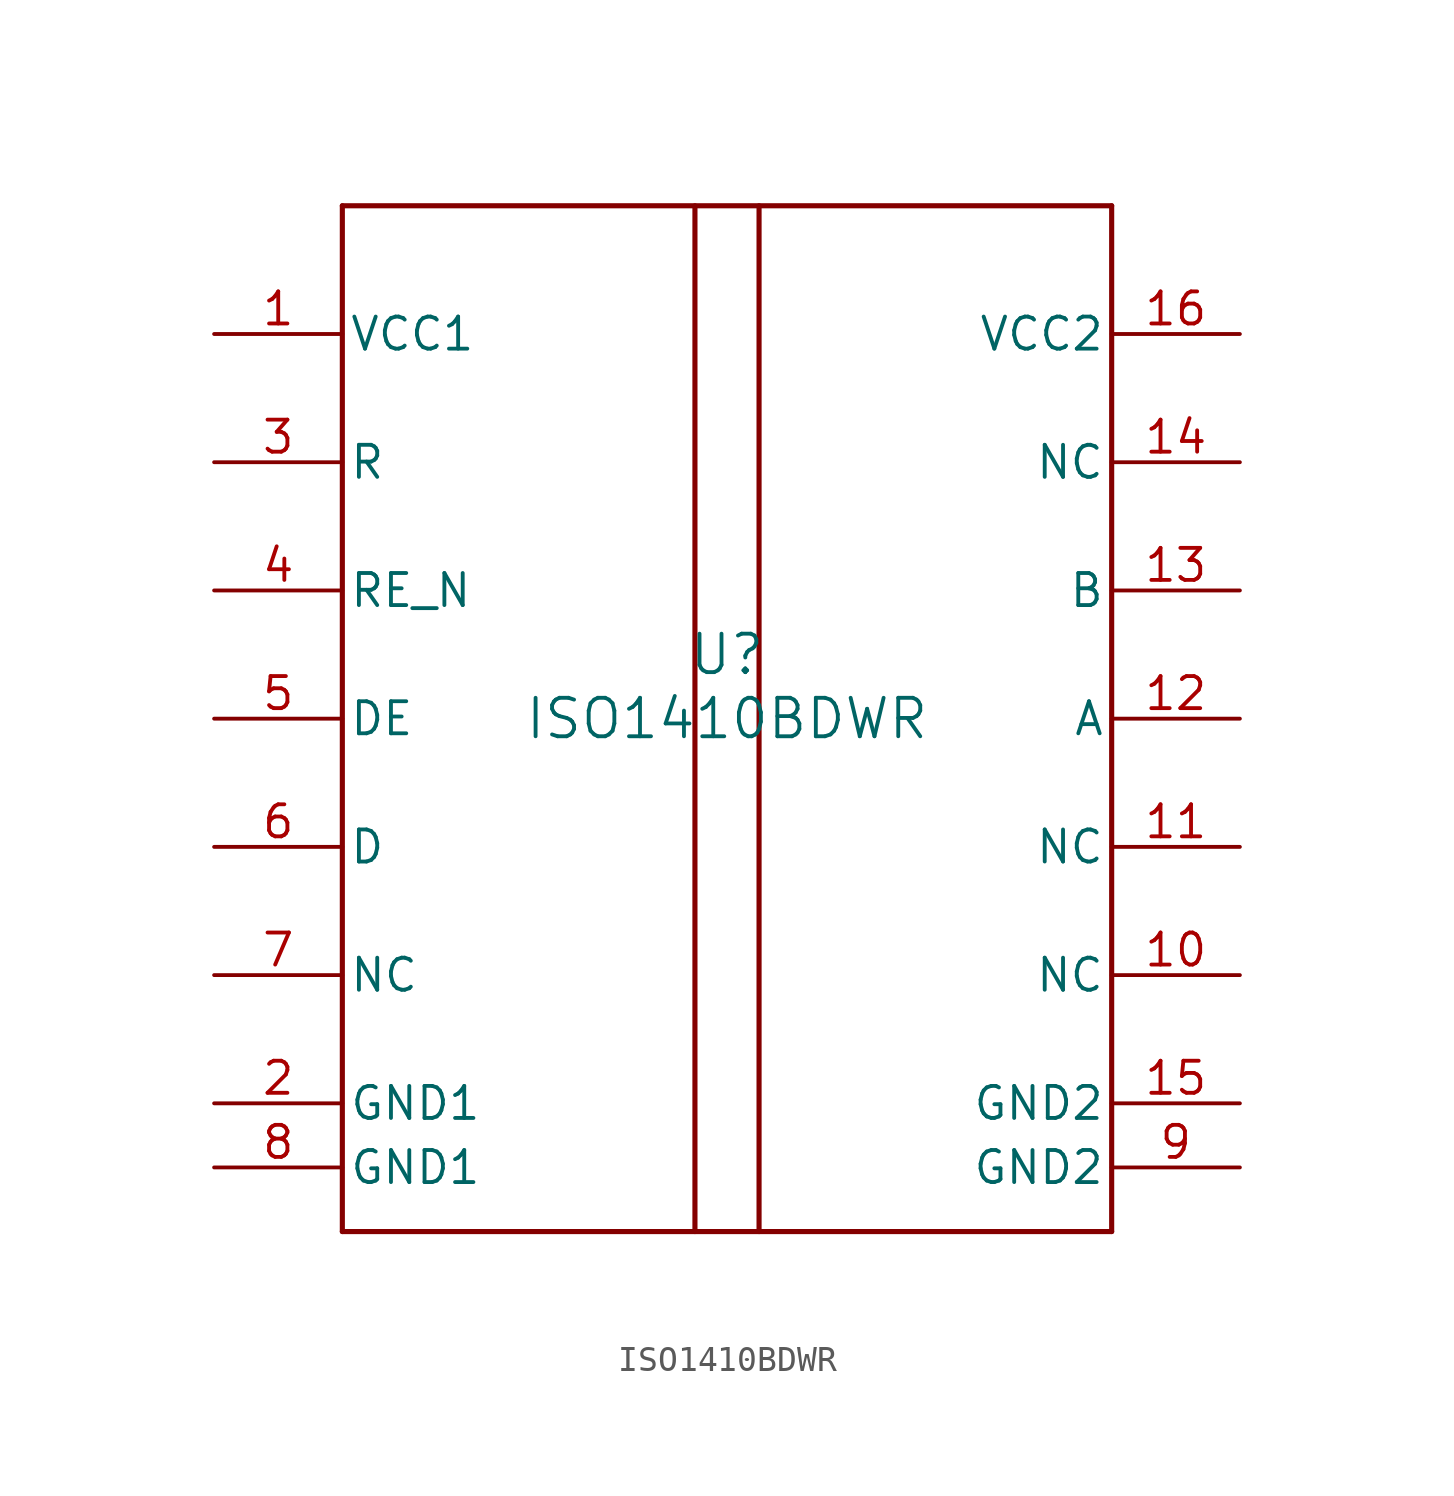
<source format=kicad_sym>
(kicad_symbol_lib
  (version 20211014)
  (generator kicad_symbol_editor)
  (symbol "ISO1410BDWR"
    (pin_names
      (offset 0.254))
    (property "Reference" "U"
      (at 0 2.54 0)
      (effects (font (size 1.524 1.524))))
    (property "Value" "ISO1410BDWR"
      (at 0 0 0)
      (effects (font (size 1.524 1.524))))
    (symbol "ISO1410BDWR_0_1"
      (polyline (pts (xy -15.24 -20.32) (xy 15.24 -20.32)) (stroke (width 0.203) (type default) (color 0 0 0 0)) (fill (type none)))
      (polyline (pts (xy 15.24 -20.32) (xy 15.24 20.32)) (stroke (width 0.203) (type default) (color 0 0 0 0)) (fill (type none)))
      (polyline (pts (xy 15.24 20.32) (xy -15.24 20.32)) (stroke (width 0.203) (type default) (color 0 0 0 0)) (fill (type none)))
      (polyline (pts (xy -15.24 20.32) (xy -15.24 -20.32)) (stroke (width 0.203) (type default) (color 0 0 0 0)) (fill (type none)))
      (polyline (pts (xy -1.27 -20.32) (xy -1.27 20.32)) (stroke (width 0.203) (type default) (color 0 0 0 0)) (fill (type none)))
      (polyline (pts (xy 1.27 -20.32) (xy 1.27 20.32)) (stroke (width 0.203) (type default) (color 0 0 0 0)) (fill (type none)))
      (pin power_in line (at -20.32 15.24 0) (length 5.08) (name "VCC1" (effects (font (size 1.27 1.27)))) (number "1" (effects (font (size 1.27 1.27)))))
      (pin power_in line (at -20.32 -15.24 0) (length 5.08) (name "GND1" (effects (font (size 1.27 1.27)))) (number "2" (effects (font (size 1.27 1.27)))))
      (pin output line (at -20.32 10.16 0) (length 5.08) (name "R" (effects (font (size 1.27 1.27)))) (number "3" (effects (font (size 1.27 1.27)))))
      (pin input line (at -20.32 5.08 0) (length 5.08) (name "RE_N" (effects (font (size 1.27 1.27)))) (number "4" (effects (font (size 1.27 1.27)))))
      (pin input line (at -20.32 0 0) (length 5.08) (name "DE" (effects (font (size 1.27 1.27)))) (number "5" (effects (font (size 1.27 1.27)))))
      (pin input line (at -20.32 -5.08 0) (length 5.08) (name "D" (effects (font (size 1.27 1.27)))) (number "6" (effects (font (size 1.27 1.27)))))
      (pin unspecified line (at -20.32 -10.16 0) (length 5.08) (name "NC" (effects (font (size 1.27 1.27)))) (number "7" (effects (font (size 1.27 1.27)))))
      (pin power_in line (at -20.32 -17.78 0) (length 5.08) (name "GND1" (effects (font (size 1.27 1.27)))) (number "8" (effects (font (size 1.27 1.27)))))
      (pin power_in line (at 20.32 -17.78 180) (length 5.08) (name "GND2" (effects (font (size 1.27 1.27)))) (number "9" (effects (font (size 1.27 1.27)))))
      (pin unspecified line (at 20.32 -10.16 180) (length 5.08) (name "NC" (effects (font (size 1.27 1.27)))) (number "10" (effects (font (size 1.27 1.27)))))
      (pin unspecified line (at 20.32 -5.08 180) (length 5.08) (name "NC" (effects (font (size 1.27 1.27)))) (number "11" (effects (font (size 1.27 1.27)))))
      (pin bidirectional line (at 20.32 0 180) (length 5.08) (name "A" (effects (font (size 1.27 1.27)))) (number "12" (effects (font (size 1.27 1.27)))))
      (pin bidirectional line (at 20.32 5.08 180) (length 5.08) (name "B" (effects (font (size 1.27 1.27)))) (number "13" (effects (font (size 1.27 1.27)))))
      (pin unspecified line (at 20.32 10.16 180) (length 5.08) (name "NC" (effects (font (size 1.27 1.27)))) (number "14" (effects (font (size 1.27 1.27)))))
      (pin power_in line (at 20.32 -15.24 180) (length 5.08) (name "GND2" (effects (font (size 1.27 1.27)))) (number "15" (effects (font (size 1.27 1.27)))))
      (pin power_in line (at 20.32 15.24 180) (length 5.08) (name "VCC2" (effects (font (size 1.27 1.27)))) (number "16" (effects (font (size 1.27 1.27))))))))
</source>
